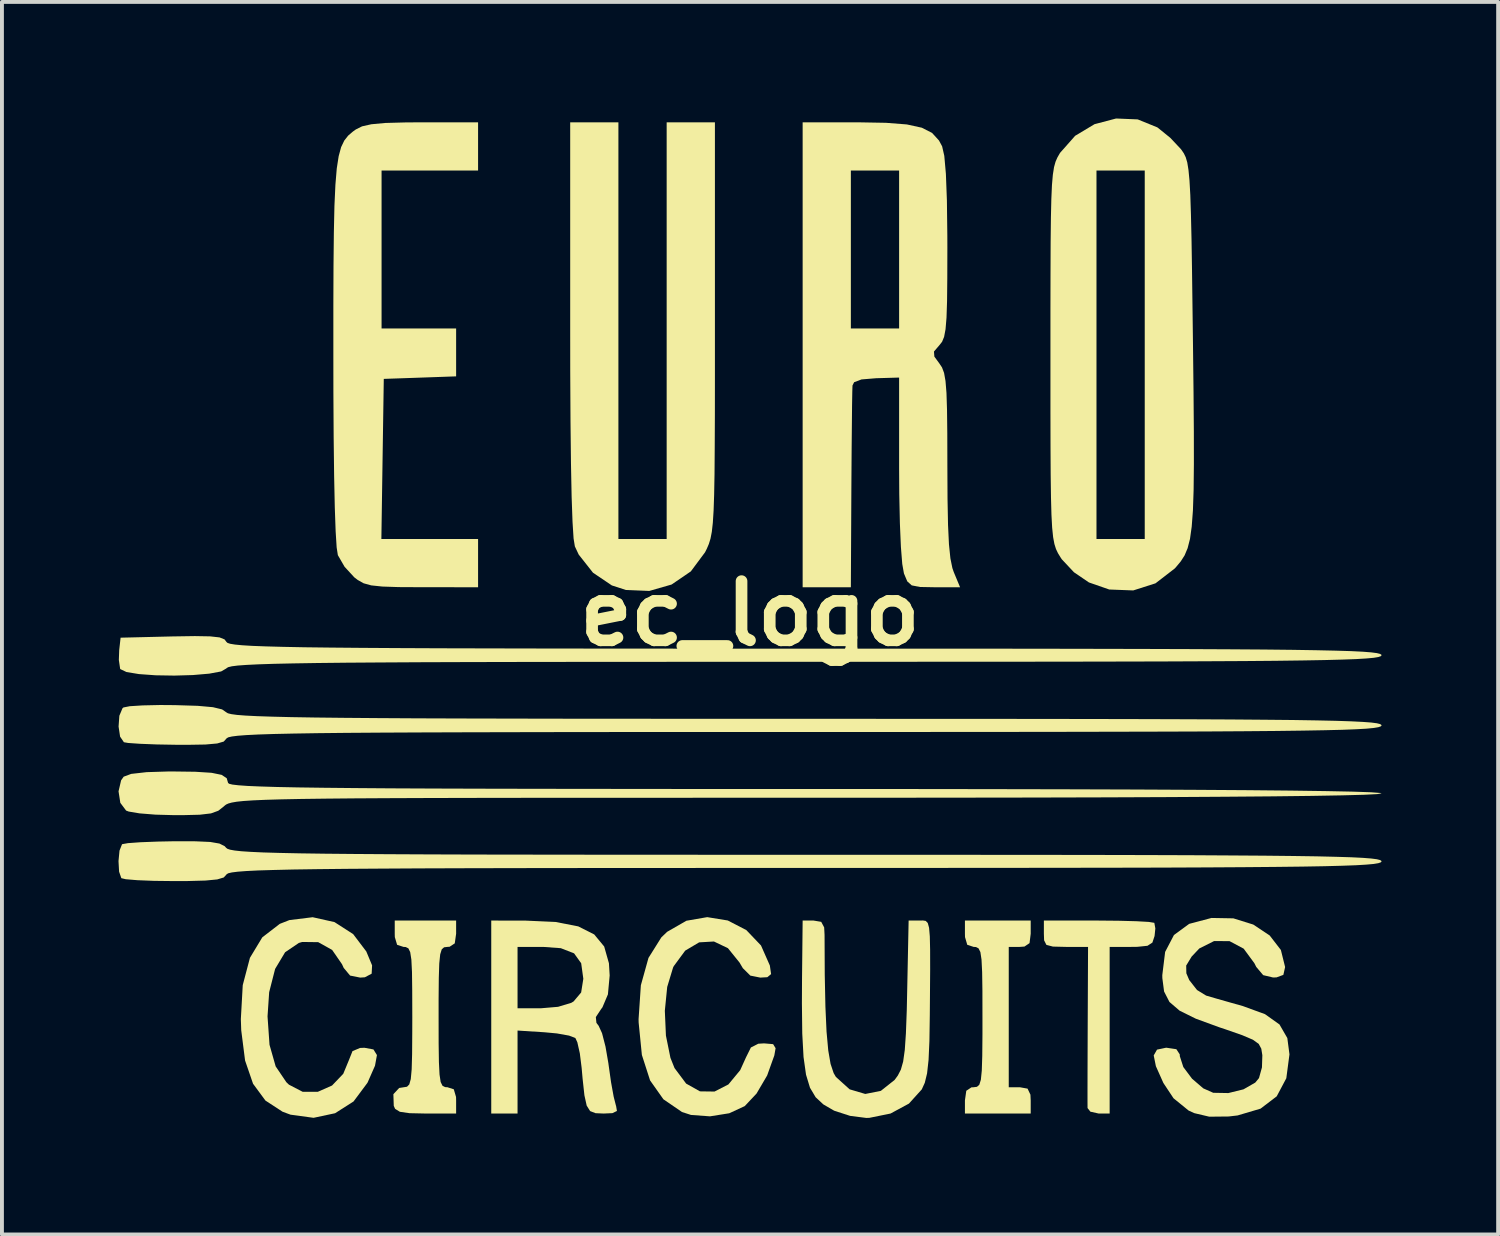
<source format=kicad_pcb>
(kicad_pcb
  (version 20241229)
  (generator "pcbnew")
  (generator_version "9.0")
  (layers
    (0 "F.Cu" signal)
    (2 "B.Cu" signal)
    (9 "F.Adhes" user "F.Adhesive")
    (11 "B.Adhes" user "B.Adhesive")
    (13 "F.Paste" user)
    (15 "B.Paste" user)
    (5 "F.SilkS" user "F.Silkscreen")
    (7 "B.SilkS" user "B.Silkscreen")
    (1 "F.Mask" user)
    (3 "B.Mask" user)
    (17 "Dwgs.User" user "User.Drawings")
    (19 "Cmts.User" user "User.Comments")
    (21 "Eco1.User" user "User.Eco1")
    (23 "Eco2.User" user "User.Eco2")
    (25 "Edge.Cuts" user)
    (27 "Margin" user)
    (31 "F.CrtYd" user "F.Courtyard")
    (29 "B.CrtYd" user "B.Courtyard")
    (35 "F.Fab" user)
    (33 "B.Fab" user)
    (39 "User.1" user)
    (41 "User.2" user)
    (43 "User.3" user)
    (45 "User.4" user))
  (footprint "ec_logo"
    (layer "F.Cu")
    (at 16.254 12.742)
    (property "Reference" "ec_logo" (at 0 0 0) (layer "F.SilkS") (effects (font (size 1.524 1.524) (thickness 0.3))))
    (attr board_only exclude_from_pos_files exclude_from_bom)
    (fp_poly (pts (xy 9.493 7.907) (xy 9.945 7.919) (xy 10.264 7.937) (xy 10.405 7.96) (xy 10.407 7.961) (xy 10.433 8.105) (xy 10.413 8.3) (xy 10.357 8.469) (xy 10.231 8.551) (xy 9.97 8.578) (xy 9.808 8.58) (xy 9.257 8.58) (xy 9.257 12.869) (xy 8.975 12.869) (xy 8.761 12.821) (xy 8.688 12.728) (xy 8.687 12.574) (xy 8.687 12.233) (xy 8.688 11.745) (xy 8.69 11.15) (xy 8.692 10.583) (xy 8.701 8.58) (xy 8.132 8.58) (xy 7.797 8.572) (xy 7.629 8.528) (xy 7.57 8.411) (xy 7.564 8.241) (xy 7.564 7.902) (xy 8.956 7.902)) (stroke (width 0) (type solid)) (fill yes) (layer "F.SilkS"))
    (fp_poly (pts (xy -3.387 -1.919) (xy -2.145 -1.919) (xy -2.145 -12.644) (xy -0.903 -12.644) (xy -0.903 -7.362) (xy -0.903 -6.133) (xy -0.904 -5.11) (xy -0.908 -4.27) (xy -0.913 -3.594) (xy -0.923 -3.06) (xy -0.937 -2.647) (xy -0.957 -2.334) (xy -0.983 -2.102) (xy -1.017 -1.927) (xy -1.059 -1.791) (xy -1.11 -1.671) (xy -1.157 -1.577) (xy -1.523 -1.085) (xy -2.018 -0.747) (xy -2.592 -0.582) (xy -3.195 -0.607) (xy -3.556 -0.724) (xy -4.041 -1.051) (xy -4.409 -1.518) (xy -4.508 -1.729) (xy -4.541 -1.934) (xy -4.568 -2.361) (xy -4.591 -3.008) (xy -4.608 -3.87) (xy -4.62 -4.945) (xy -4.627 -6.229) (xy -4.628 -7.345) (xy -4.628 -12.644) (xy -3.387 -12.644)) (stroke (width 0) (type solid)) (fill yes) (layer "F.SilkS"))
    (fp_poly (pts (xy 7.225 8.241) (xy 7.195 8.483) (xy 7.065 8.571) (xy 6.943 8.58) (xy 6.66 8.58) (xy 6.66 12.192) (xy 6.943 12.192) (xy 7.144 12.228) (xy 7.218 12.383) (xy 7.225 12.531) (xy 7.225 12.869) (xy 5.532 12.869) (xy 5.532 12.531) (xy 5.567 12.283) (xy 5.699 12.195) (xy 5.757 12.192) (xy 5.842 12.181) (xy 5.902 12.128) (xy 5.942 12) (xy 5.966 11.763) (xy 5.978 11.387) (xy 5.983 10.838) (xy 5.983 10.386) (xy 5.982 9.71) (xy 5.975 9.228) (xy 5.959 8.907) (xy 5.93 8.714) (xy 5.882 8.617) (xy 5.814 8.583) (xy 5.757 8.58) (xy 5.592 8.526) (xy 5.534 8.328) (xy 5.532 8.241) (xy 5.532 7.902) (xy 7.225 7.902)) (stroke (width 0) (type solid)) (fill yes) (layer "F.SilkS"))
    (fp_poly (pts (xy -6.999 -11.402) (xy -9.483 -11.402) (xy -9.483 -7.338) (xy -7.564 -7.338) (xy -7.564 -6.105) (xy -8.495 -6.072) (xy -9.426 -6.04) (xy -9.457 -3.979) (xy -9.488 -1.919) (xy -6.999 -1.919) (xy -6.999 -0.677) (xy -8.438 -0.678) (xy -9.041 -0.681) (xy -9.463 -0.695) (xy -9.749 -0.725) (xy -9.945 -0.779) (xy -10.095 -0.863) (xy -10.185 -0.932) (xy -10.435 -1.204) (xy -10.608 -1.503) (xy -10.608 -1.503) (xy -10.639 -1.703) (xy -10.665 -2.117) (xy -10.687 -2.735) (xy -10.704 -3.544) (xy -10.716 -4.534) (xy -10.723 -5.693) (xy -10.724 -6.671) (xy -10.724 -7.915) (xy -10.72 -8.953) (xy -10.711 -9.805) (xy -10.696 -10.494) (xy -10.671 -11.037) (xy -10.636 -11.457) (xy -10.587 -11.772) (xy -10.524 -12.005) (xy -10.443 -12.174) (xy -10.343 -12.301) (xy -10.222 -12.405) (xy -10.147 -12.459) (xy -9.985 -12.54) (xy -9.745 -12.594) (xy -9.387 -12.627) (xy -8.869 -12.641) (xy -8.442 -12.644) (xy -6.999 -12.644)) (stroke (width 0) (type solid)) (fill yes) (layer "F.SilkS"))
    (fp_poly (pts (xy -7.564 8.241) (xy -7.599 8.489) (xy -7.731 8.576) (xy -7.789 8.58) (xy -7.874 8.59) (xy -7.934 8.643) (xy -7.974 8.772) (xy -7.998 9.008) (xy -8.01 9.385) (xy -8.015 9.934) (xy -8.015 10.386) (xy -8.014 11.061) (xy -8.007 11.543) (xy -7.991 11.865) (xy -7.962 12.058) (xy -7.914 12.155) (xy -7.846 12.189) (xy -7.789 12.192) (xy -7.624 12.245) (xy -7.566 12.443) (xy -7.564 12.531) (xy -7.564 12.869) (xy -8.341 12.869) (xy -8.764 12.86) (xy -9.012 12.824) (xy -9.134 12.749) (xy -9.169 12.672) (xy -9.179 12.371) (xy -9.03 12.211) (xy -8.909 12.192) (xy -8.828 12.179) (xy -8.77 12.12) (xy -8.731 11.982) (xy -8.708 11.732) (xy -8.697 11.338) (xy -8.693 10.769) (xy -8.692 10.386) (xy -8.694 9.71) (xy -8.7 9.228) (xy -8.716 8.907) (xy -8.746 8.714) (xy -8.793 8.617) (xy -8.862 8.583) (xy -8.918 8.58) (xy -9.083 8.526) (xy -9.142 8.328) (xy -9.144 8.241) (xy -9.144 7.902) (xy -7.564 7.902)) (stroke (width 0) (type solid)) (fill yes) (layer "F.SilkS"))
    (fp_poly (pts (xy -10.694 7.942) (xy -10.214 8.251) (xy -9.876 8.697) (xy -9.727 9.055) (xy -9.738 9.269) (xy -9.913 9.362) (xy -10.033 9.37) (xy -10.293 9.318) (xy -10.458 9.12) (xy -10.501 9.026) (xy -10.755 8.658) (xy -11.114 8.458) (xy -11.525 8.453) (xy -11.612 8.478) (xy -11.966 8.718) (xy -12.223 9.147) (xy -12.376 9.746) (xy -12.418 10.369) (xy -12.367 11.099) (xy -12.209 11.655) (xy -11.934 12.062) (xy -11.867 12.126) (xy -11.513 12.31) (xy -11.125 12.31) (xy -10.758 12.148) (xy -10.469 11.846) (xy -10.326 11.5) (xy -10.231 11.262) (xy -10.037 11.181) (xy -9.925 11.176) (xy -9.692 11.219) (xy -9.602 11.364) (xy -9.652 11.638) (xy -9.84 12.065) (xy -9.85 12.083) (xy -10.204 12.558) (xy -10.679 12.861) (xy -11.233 12.979) (xy -11.827 12.898) (xy -12.032 12.822) (xy -12.472 12.535) (xy -12.791 12.102) (xy -12.996 11.505) (xy -13.095 10.726) (xy -13.105 10.439) (xy -13.056 9.564) (xy -12.871 8.861) (xy -12.553 8.334) (xy -12.103 7.987) (xy -11.856 7.89) (xy -11.256 7.816)) (stroke (width 0) (type solid)) (fill yes) (layer "F.SilkS"))
    (fp_poly (pts (xy -0.572 7.9) (xy -0.095 8.147) (xy 0.283 8.543) (xy 0.511 9.059) (xy 0.543 9.28) (xy 0.446 9.36) (xy 0.264 9.37) (xy 0.009 9.319) (xy -0.184 9.128) (xy -0.271 8.981) (xy -0.568 8.613) (xy -0.928 8.441) (xy -1.309 8.463) (xy -1.668 8.676) (xy -1.962 9.075) (xy -1.98 9.111) (xy -2.131 9.61) (xy -2.192 10.224) (xy -2.164 10.863) (xy -2.048 11.435) (xy -1.943 11.698) (xy -1.644 12.098) (xy -1.288 12.298) (xy -0.913 12.303) (xy -0.556 12.12) (xy -0.252 11.752) (xy -0.104 11.425) (xy 0.023 11.169) (xy 0.213 11.072) (xy 0.362 11.063) (xy 0.595 11.083) (xy 0.659 11.187) (xy 0.626 11.374) (xy 0.441 11.89) (xy 0.168 12.355) (xy -0.136 12.678) (xy -0.534 12.862) (xy -1.03 12.941) (xy -1.519 12.905) (xy -1.75 12.83) (xy -2.229 12.502) (xy -2.572 12.016) (xy -2.783 11.361) (xy -2.866 10.528) (xy -2.868 10.442) (xy -2.809 9.567) (xy -2.613 8.863) (xy -2.282 8.335) (xy -2.133 8.192) (xy -1.638 7.907) (xy -1.101 7.814)) (stroke (width 0) (type solid)) (fill yes) (layer "F.SilkS"))
    (fp_poly (pts (xy 4.523 7.911) (xy 4.575 7.964) (xy 4.609 8.087) (xy 4.628 8.307) (xy 4.636 8.653) (xy 4.637 9.153) (xy 4.632 9.834) (xy 4.628 10.328) (xy 4.618 11.001) (xy 4.596 11.489) (xy 4.558 11.834) (xy 4.499 12.077) (xy 4.421 12.248) (xy 4.091 12.613) (xy 3.617 12.869) (xy 3.071 12.98) (xy 2.992 12.982) (xy 2.577 12.929) (xy 2.175 12.799) (xy 2.145 12.784) (xy 1.888 12.634) (xy 1.69 12.45) (xy 1.544 12.205) (xy 1.442 11.869) (xy 1.378 11.414) (xy 1.345 10.809) (xy 1.336 10.028) (xy 1.339 9.398) (xy 1.355 7.902) (xy 1.637 7.902) (xy 1.833 7.935) (xy 1.909 8.078) (xy 1.919 8.269) (xy 1.924 9.295) (xy 1.941 10.118) (xy 1.97 10.76) (xy 2.014 11.244) (xy 2.074 11.592) (xy 2.153 11.828) (xy 2.211 11.927) (xy 2.565 12.246) (xy 2.967 12.365) (xy 3.368 12.285) (xy 3.721 12.005) (xy 3.804 11.892) (xy 3.883 11.739) (xy 3.942 11.531) (xy 3.984 11.232) (xy 4.013 10.804) (xy 4.035 10.211) (xy 4.045 9.742) (xy 4.083 7.902) (xy 4.356 7.902) (xy 4.452 7.9)) (stroke (width 0) (type solid)) (fill yes) (layer "F.SilkS"))
    (fp_poly (pts (xy -5.786 7.903) (xy -5.005 7.938) (xy -4.42 8.052) (xy -4.01 8.259) (xy -3.753 8.57) (xy -3.631 9.001) (xy -3.612 9.316) (xy -3.657 9.802) (xy -3.798 10.135) (xy -3.829 10.176) (xy -3.968 10.386) (xy -3.953 10.535) (xy -3.895 10.612) (xy -3.808 10.802) (xy -3.719 11.147) (xy -3.645 11.575) (xy -3.638 11.628) (xy -3.576 12.066) (xy -3.509 12.435) (xy -3.452 12.659) (xy -3.447 12.672) (xy -3.425 12.803) (xy -3.541 12.859) (xy -3.768 12.869) (xy -3.976 12.86) (xy -4.115 12.806) (xy -4.203 12.666) (xy -4.262 12.4) (xy -4.309 11.968) (xy -4.333 11.696) (xy -4.38 11.32) (xy -4.444 11.035) (xy -4.495 10.925) (xy -4.657 10.863) (xy -4.971 10.807) (xy -5.292 10.777) (xy -5.983 10.733) (xy -5.983 12.869) (xy -6.66 12.869) (xy -6.66 8.58) (xy -5.983 8.58) (xy -5.983 10.16) (xy -5.387 10.16) (xy -4.94 10.122) (xy -4.601 10.02) (xy -4.541 9.984) (xy -4.346 9.753) (xy -4.29 9.4) (xy -4.345 9.001) (xy -4.528 8.746) (xy -4.869 8.613) (xy -5.323 8.58) (xy -5.983 8.58) (xy -6.66 8.58) (xy -6.66 7.902)) (stroke (width 0) (type solid)) (fill yes) (layer "F.SilkS"))
    (fp_poly (pts (xy 3.5 -12.631) (xy 4.038 -12.589) (xy 4.422 -12.505) (xy 4.686 -12.371) (xy 4.864 -12.176) (xy 4.945 -12.026) (xy 5.001 -11.78) (xy 5.042 -11.317) (xy 5.068 -10.635) (xy 5.079 -9.732) (xy 5.08 -9.421) (xy 5.078 -8.635) (xy 5.072 -8.043) (xy 5.058 -7.615) (xy 5.033 -7.318) (xy 4.996 -7.122) (xy 4.944 -6.995) (xy 4.874 -6.906) (xy 4.872 -6.904) (xy 4.735 -6.744) (xy 4.745 -6.614) (xy 4.872 -6.44) (xy 4.942 -6.335) (xy 4.995 -6.194) (xy 5.032 -5.986) (xy 5.057 -5.679) (xy 5.071 -5.243) (xy 5.078 -4.645) (xy 5.08 -3.853) (xy 5.08 -3.822) (xy 5.084 -2.954) (xy 5.097 -2.283) (xy 5.121 -1.781) (xy 5.158 -1.42) (xy 5.209 -1.17) (xy 5.244 -1.069) (xy 5.407 -0.677) (xy 4.747 -0.677) (xy 4.374 -0.684) (xy 4.163 -0.725) (xy 4.048 -0.828) (xy 3.966 -1.023) (xy 3.962 -1.033) (xy 3.919 -1.275) (xy 3.884 -1.714) (xy 3.858 -2.321) (xy 3.842 -3.068) (xy 3.838 -3.731) (xy 3.838 -6.074) (xy 3.246 -6.057) (xy 2.87 -6.026) (xy 2.68 -5.954) (xy 2.638 -5.87) (xy 2.633 -5.712) (xy 2.627 -5.363) (xy 2.622 -4.858) (xy 2.616 -4.232) (xy 2.611 -3.52) (xy 2.609 -3.189) (xy 2.596 -0.677) (xy 1.355 -0.677) (xy 1.355 -11.402) (xy 2.596 -11.402) (xy 2.596 -7.338) (xy 3.838 -7.338) (xy 3.838 -11.402) (xy 2.596 -11.402) (xy 1.355 -11.402) (xy 1.355 -12.644) (xy 2.771 -12.644)) (stroke (width 0) (type solid)) (fill yes) (layer "F.SilkS"))
    (fp_poly (pts (xy 9.979 -12.719) (xy 10.481 -12.515) (xy 10.5 -12.502) (xy 10.817 -12.245) (xy 11.089 -11.956) (xy 11.109 -11.93) (xy 11.167 -11.844) (xy 11.215 -11.745) (xy 11.255 -11.609) (xy 11.286 -11.416) (xy 11.312 -11.144) (xy 11.333 -10.772) (xy 11.349 -10.277) (xy 11.364 -9.638) (xy 11.377 -8.834) (xy 11.39 -7.843) (xy 11.402 -6.911) (xy 11.416 -5.693) (xy 11.424 -4.679) (xy 11.425 -3.848) (xy 11.418 -3.179) (xy 11.4 -2.649) (xy 11.369 -2.237) (xy 11.325 -1.922) (xy 11.264 -1.683) (xy 11.186 -1.497) (xy 11.088 -1.344) (xy 10.969 -1.201) (xy 10.932 -1.16) (xy 10.437 -0.778) (xy 9.864 -0.595) (xy 9.246 -0.619) (xy 8.723 -0.801) (xy 8.338 -1.063) (xy 8.024 -1.398) (xy 7.99 -1.45) (xy 7.927 -1.553) (xy 7.876 -1.66) (xy 7.835 -1.79) (xy 7.802 -1.966) (xy 7.777 -2.21) (xy 7.759 -2.543) (xy 7.747 -2.987) (xy 7.739 -3.564) (xy 7.735 -4.295) (xy 7.733 -5.203) (xy 7.733 -6.308) (xy 7.733 -6.66) (xy 7.733 -7.827) (xy 7.735 -8.788) (xy 7.738 -9.568) (xy 7.745 -10.187) (xy 7.756 -10.667) (xy 7.772 -11.029) (xy 7.795 -11.296) (xy 7.812 -11.402) (xy 8.918 -11.402) (xy 8.918 -1.919) (xy 10.16 -1.919) (xy 10.16 -11.402) (xy 8.918 -11.402) (xy 7.812 -11.402) (xy 7.825 -11.489) (xy 7.864 -11.629) (xy 7.912 -11.739) (xy 7.97 -11.84) (xy 7.981 -11.858) (xy 8.369 -12.297) (xy 8.868 -12.596) (xy 9.423 -12.742)) (stroke (width 0) (type solid)) (fill yes) (layer "F.SilkS"))
    (fp_poly (pts (xy 12.441 7.845) (xy 12.954 8.005) (xy 13.376 8.286) (xy 13.664 8.659) (xy 13.772 9.094) (xy 13.772 9.104) (xy 13.728 9.3) (xy 13.551 9.365) (xy 13.462 9.367) (xy 13.209 9.307) (xy 13.03 9.095) (xy 12.982 9) (xy 12.706 8.625) (xy 12.343 8.432) (xy 11.946 8.429) (xy 11.565 8.62) (xy 11.368 8.828) (xy 11.227 9.06) (xy 11.231 9.259) (xy 11.305 9.433) (xy 11.505 9.689) (xy 11.74 9.833) (xy 12.004 9.91) (xy 12.387 10.019) (xy 12.683 10.102) (xy 13.255 10.311) (xy 13.628 10.576) (xy 13.83 10.926) (xy 13.885 11.346) (xy 13.804 11.961) (xy 13.557 12.426) (xy 13.141 12.743) (xy 12.55 12.918) (xy 12.319 12.945) (xy 11.821 12.95) (xy 11.436 12.859) (xy 11.289 12.792) (xy 10.901 12.476) (xy 10.64 12.083) (xy 10.447 11.651) (xy 10.391 11.373) (xy 10.476 11.224) (xy 10.704 11.176) (xy 10.724 11.176) (xy 10.974 11.213) (xy 11.061 11.346) (xy 11.063 11.393) (xy 11.153 11.672) (xy 11.378 11.973) (xy 11.667 12.221) (xy 11.923 12.335) (xy 12.312 12.342) (xy 12.702 12.246) (xy 13.004 12.073) (xy 13.101 11.956) (xy 13.177 11.682) (xy 13.187 11.368) (xy 13.16 11.2) (xy 13.093 11.076) (xy 12.943 10.969) (xy 12.671 10.853) (xy 12.236 10.701) (xy 12.082 10.65) (xy 11.475 10.428) (xy 11.057 10.221) (xy 10.796 9.997) (xy 10.658 9.728) (xy 10.613 9.383) (xy 10.612 9.306) (xy 10.685 8.709) (xy 10.912 8.274) (xy 11.304 7.987) (xy 11.874 7.836) (xy 11.881 7.835)) (stroke (width 0) (type solid)) (fill yes) (layer "F.SilkS"))
    (fp_poly (pts (xy -14.276 4.072) (xy -13.858 4.099) (xy -13.599 4.152) (xy -13.469 4.238) (xy -13.434 4.358) (xy -13.408 4.381) (xy -13.322 4.402) (xy -13.167 4.42) (xy -12.932 4.437) (xy -12.605 4.451) (xy -12.176 4.464) (xy -11.635 4.475) (xy -10.97 4.484) (xy -10.172 4.492) (xy -9.229 4.499) (xy -8.131 4.504) (xy -6.867 4.508) (xy -5.426 4.511) (xy -3.798 4.513) (xy -1.972 4.515) (xy 0.062 4.515) (xy 1.411 4.516) (xy 3.853 4.516) (xy 6.079 4.519) (xy 8.087 4.523) (xy 9.877 4.529) (xy 11.448 4.537) (xy 12.798 4.546) (xy 13.928 4.557) (xy 14.836 4.57) (xy 15.522 4.584) (xy 15.984 4.6) (xy 16.221 4.618) (xy 16.256 4.628) (xy 16.143 4.647) (xy 15.806 4.664) (xy 15.244 4.679) (xy 14.459 4.693) (xy 13.452 4.705) (xy 12.224 4.715) (xy 10.775 4.724) (xy 9.107 4.731) (xy 7.22 4.736) (xy 5.115 4.739) (xy 2.793 4.741) (xy 1.468 4.741) (xy -0.66 4.741) (xy -2.573 4.742) (xy -4.283 4.742) (xy -5.802 4.743) (xy -7.142 4.745) (xy -8.314 4.748) (xy -9.33 4.752) (xy -10.2 4.757) (xy -10.938 4.764) (xy -11.553 4.772) (xy -12.059 4.782) (xy -12.466 4.794) (xy -12.785 4.808) (xy -13.03 4.824) (xy -13.211 4.843) (xy -13.339 4.865) (xy -13.426 4.889) (xy -13.485 4.916) (xy -13.525 4.947) (xy -13.547 4.967) (xy -13.686 5.076) (xy -13.874 5.144) (xy -14.163 5.178) (xy -14.605 5.189) (xy -14.817 5.189) (xy -15.3 5.176) (xy -15.713 5.143) (xy -15.992 5.096) (xy -16.058 5.071) (xy -16.207 4.872) (xy -16.253 4.576) (xy -16.187 4.293) (xy -16.121 4.199) (xy -15.927 4.127) (xy -15.529 4.082) (xy -14.946 4.064) (xy -14.888 4.064)) (stroke (width 0) (type solid)) (fill yes) (layer "F.SilkS"))
    (fp_poly (pts (xy -13.896 0.587) (xy -13.653 0.614) (xy -13.524 0.666) (xy -13.476 0.73) (xy -13.449 0.755) (xy -13.38 0.778) (xy -13.259 0.798) (xy -13.073 0.816) (xy -12.813 0.832) (xy -12.467 0.845) (xy -12.023 0.857) (xy -11.472 0.868) (xy -10.8 0.876) (xy -9.999 0.883) (xy -9.055 0.889) (xy -7.959 0.894) (xy -6.698 0.897) (xy -5.263 0.9) (xy -3.641 0.902) (xy -1.822 0.903) (xy 0.205 0.903) (xy 1.423 0.903) (xy 3.573 0.903) (xy 5.508 0.904) (xy 7.239 0.905) (xy 8.778 0.908) (xy 10.135 0.911) (xy 11.321 0.915) (xy 12.348 0.92) (xy 13.226 0.926) (xy 13.966 0.934) (xy 14.579 0.944) (xy 15.077 0.955) (xy 15.47 0.967) (xy 15.77 0.982) (xy 15.987 0.999) (xy 16.133 1.018) (xy 16.218 1.039) (xy 16.253 1.062) (xy 16.256 1.072) (xy 16.237 1.097) (xy 16.173 1.119) (xy 16.053 1.139) (xy 15.865 1.156) (xy 15.599 1.172) (xy 15.244 1.185) (xy 14.789 1.197) (xy 14.223 1.207) (xy 13.534 1.216) (xy 12.712 1.223) (xy 11.745 1.228) (xy 10.623 1.233) (xy 9.335 1.236) (xy 7.87 1.239) (xy 6.216 1.24) (xy 4.362 1.241) (xy 2.299 1.242) (xy 1.423 1.242) (xy -0.728 1.242) (xy -2.665 1.243) (xy -4.398 1.244) (xy -5.938 1.246) (xy -7.297 1.249) (xy -8.486 1.253) (xy -9.515 1.259) (xy -10.395 1.265) (xy -11.138 1.273) (xy -11.756 1.283) (xy -12.257 1.294) (xy -12.655 1.307) (xy -12.96 1.322) (xy -13.183 1.338) (xy -13.334 1.357) (xy -13.426 1.379) (xy -13.469 1.402) (xy -13.475 1.411) (xy -13.612 1.49) (xy -13.919 1.547) (xy -14.339 1.583) (xy -14.817 1.597) (xy -15.299 1.589) (xy -15.728 1.558) (xy -16.049 1.505) (xy -16.207 1.43) (xy -16.212 1.421) (xy -16.245 1.194) (xy -16.236 0.941) (xy -16.2 0.621) (xy -14.871 0.589) (xy -14.289 0.58)) (stroke (width 0) (type solid)) (fill yes) (layer "F.SilkS"))
    (fp_poly (pts (xy -14.8 2.357) (xy -14.216 2.375) (xy -13.824 2.41) (xy -13.588 2.467) (xy -13.478 2.543) (xy -13.438 2.567) (xy -13.35 2.589) (xy -13.203 2.609) (xy -12.985 2.626) (xy -12.687 2.641) (xy -12.295 2.654) (xy -11.8 2.666) (xy -11.191 2.676) (xy -10.456 2.684) (xy -9.585 2.691) (xy -8.566 2.697) (xy -7.388 2.701) (xy -6.041 2.704) (xy -4.513 2.707) (xy -2.793 2.708) (xy -0.87 2.709) (xy 1.266 2.709) (xy 1.452 2.709) (xy 3.599 2.71) (xy 5.532 2.71) (xy 7.262 2.712) (xy 8.798 2.714) (xy 10.153 2.717) (xy 11.337 2.721) (xy 12.362 2.726) (xy 13.238 2.733) (xy 13.976 2.74) (xy 14.588 2.75) (xy 15.084 2.761) (xy 15.476 2.774) (xy 15.774 2.789) (xy 15.99 2.805) (xy 16.135 2.824) (xy 16.219 2.845) (xy 16.253 2.869) (xy 16.256 2.879) (xy 16.237 2.903) (xy 16.173 2.925) (xy 16.053 2.945) (xy 15.865 2.963) (xy 15.599 2.978) (xy 15.244 2.992) (xy 14.789 3.003) (xy 14.223 3.013) (xy 13.534 3.022) (xy 12.712 3.029) (xy 11.745 3.035) (xy 10.623 3.039) (xy 9.335 3.042) (xy 7.87 3.045) (xy 6.216 3.047) (xy 4.362 3.048) (xy 2.299 3.048) (xy 1.423 3.048) (xy -0.728 3.048) (xy -2.665 3.049) (xy -4.398 3.05) (xy -5.938 3.053) (xy -7.297 3.056) (xy -8.486 3.06) (xy -9.515 3.065) (xy -10.395 3.071) (xy -11.138 3.079) (xy -11.756 3.089) (xy -12.257 3.1) (xy -12.655 3.113) (xy -12.96 3.128) (xy -13.183 3.145) (xy -13.334 3.164) (xy -13.426 3.185) (xy -13.469 3.209) (xy -13.475 3.217) (xy -13.546 3.295) (xy -13.714 3.344) (xy -14.017 3.371) (xy -14.491 3.379) (xy -14.757 3.378) (xy -15.269 3.369) (xy -15.703 3.352) (xy -16.005 3.331) (xy -16.115 3.312) (xy -16.213 3.168) (xy -16.252 2.908) (xy -16.232 2.63) (xy -16.151 2.437) (xy -16.126 2.417) (xy -15.965 2.385) (xy -15.631 2.364) (xy -15.179 2.354)) (stroke (width 0) (type solid)) (fill yes) (layer "F.SilkS"))
    (fp_poly (pts (xy -14.272 5.862) (xy -13.892 5.879) (xy -13.656 5.92) (xy -13.522 5.987) (xy -13.484 6.029) (xy -13.45 6.055) (xy -13.381 6.078) (xy -13.265 6.099) (xy -13.091 6.118) (xy -12.847 6.134) (xy -12.523 6.149) (xy -12.108 6.161) (xy -11.589 6.172) (xy -10.956 6.181) (xy -10.197 6.188) (xy -9.301 6.194) (xy -8.257 6.199) (xy -7.053 6.203) (xy -5.678 6.205) (xy -4.122 6.207) (xy -2.371 6.208) (xy -0.417 6.209) (xy 1.452 6.209) (xy 3.599 6.209) (xy 5.532 6.21) (xy 7.262 6.211) (xy 8.798 6.213) (xy 10.153 6.216) (xy 11.337 6.22) (xy 12.362 6.226) (xy 13.238 6.232) (xy 13.976 6.24) (xy 14.588 6.249) (xy 15.084 6.261) (xy 15.476 6.273) (xy 15.774 6.288) (xy 15.99 6.305) (xy 16.135 6.324) (xy 16.219 6.345) (xy 16.253 6.369) (xy 16.256 6.378) (xy 16.237 6.403) (xy 16.173 6.425) (xy 16.053 6.445) (xy 15.865 6.462) (xy 15.599 6.478) (xy 15.244 6.491) (xy 14.789 6.503) (xy 14.223 6.513) (xy 13.534 6.521) (xy 12.712 6.528) (xy 11.745 6.534) (xy 10.623 6.539) (xy 9.335 6.542) (xy 7.87 6.544) (xy 6.216 6.546) (xy 4.362 6.547) (xy 2.299 6.548) (xy 1.423 6.548) (xy -0.728 6.548) (xy -2.665 6.549) (xy -4.398 6.55) (xy -5.938 6.552) (xy -7.297 6.555) (xy -8.486 6.559) (xy -9.515 6.565) (xy -10.395 6.571) (xy -11.138 6.579) (xy -11.756 6.588) (xy -12.257 6.6) (xy -12.655 6.612) (xy -12.96 6.627) (xy -13.183 6.644) (xy -13.334 6.663) (xy -13.426 6.684) (xy -13.469 6.708) (xy -13.475 6.717) (xy -13.545 6.793) (xy -13.712 6.843) (xy -14.012 6.872) (xy -14.482 6.885) (xy -14.823 6.886) (xy -15.34 6.88) (xy -15.771 6.863) (xy -16.068 6.838) (xy -16.181 6.811) (xy -16.239 6.643) (xy -16.254 6.371) (xy -16.228 6.102) (xy -16.164 5.94) (xy -16.156 5.935) (xy -16.008 5.909) (xy -15.686 5.886) (xy -15.24 5.869) (xy -14.836 5.861)) (stroke (width 0) (type solid)) (fill yes) (layer "F.SilkS")))
  (gr_rect
    (start -3 -3)
    (end 35.51 28.724)
    (stroke (width 0.1) (type default))
    (fill no)
    (layer "Edge.Cuts")))
</source>
